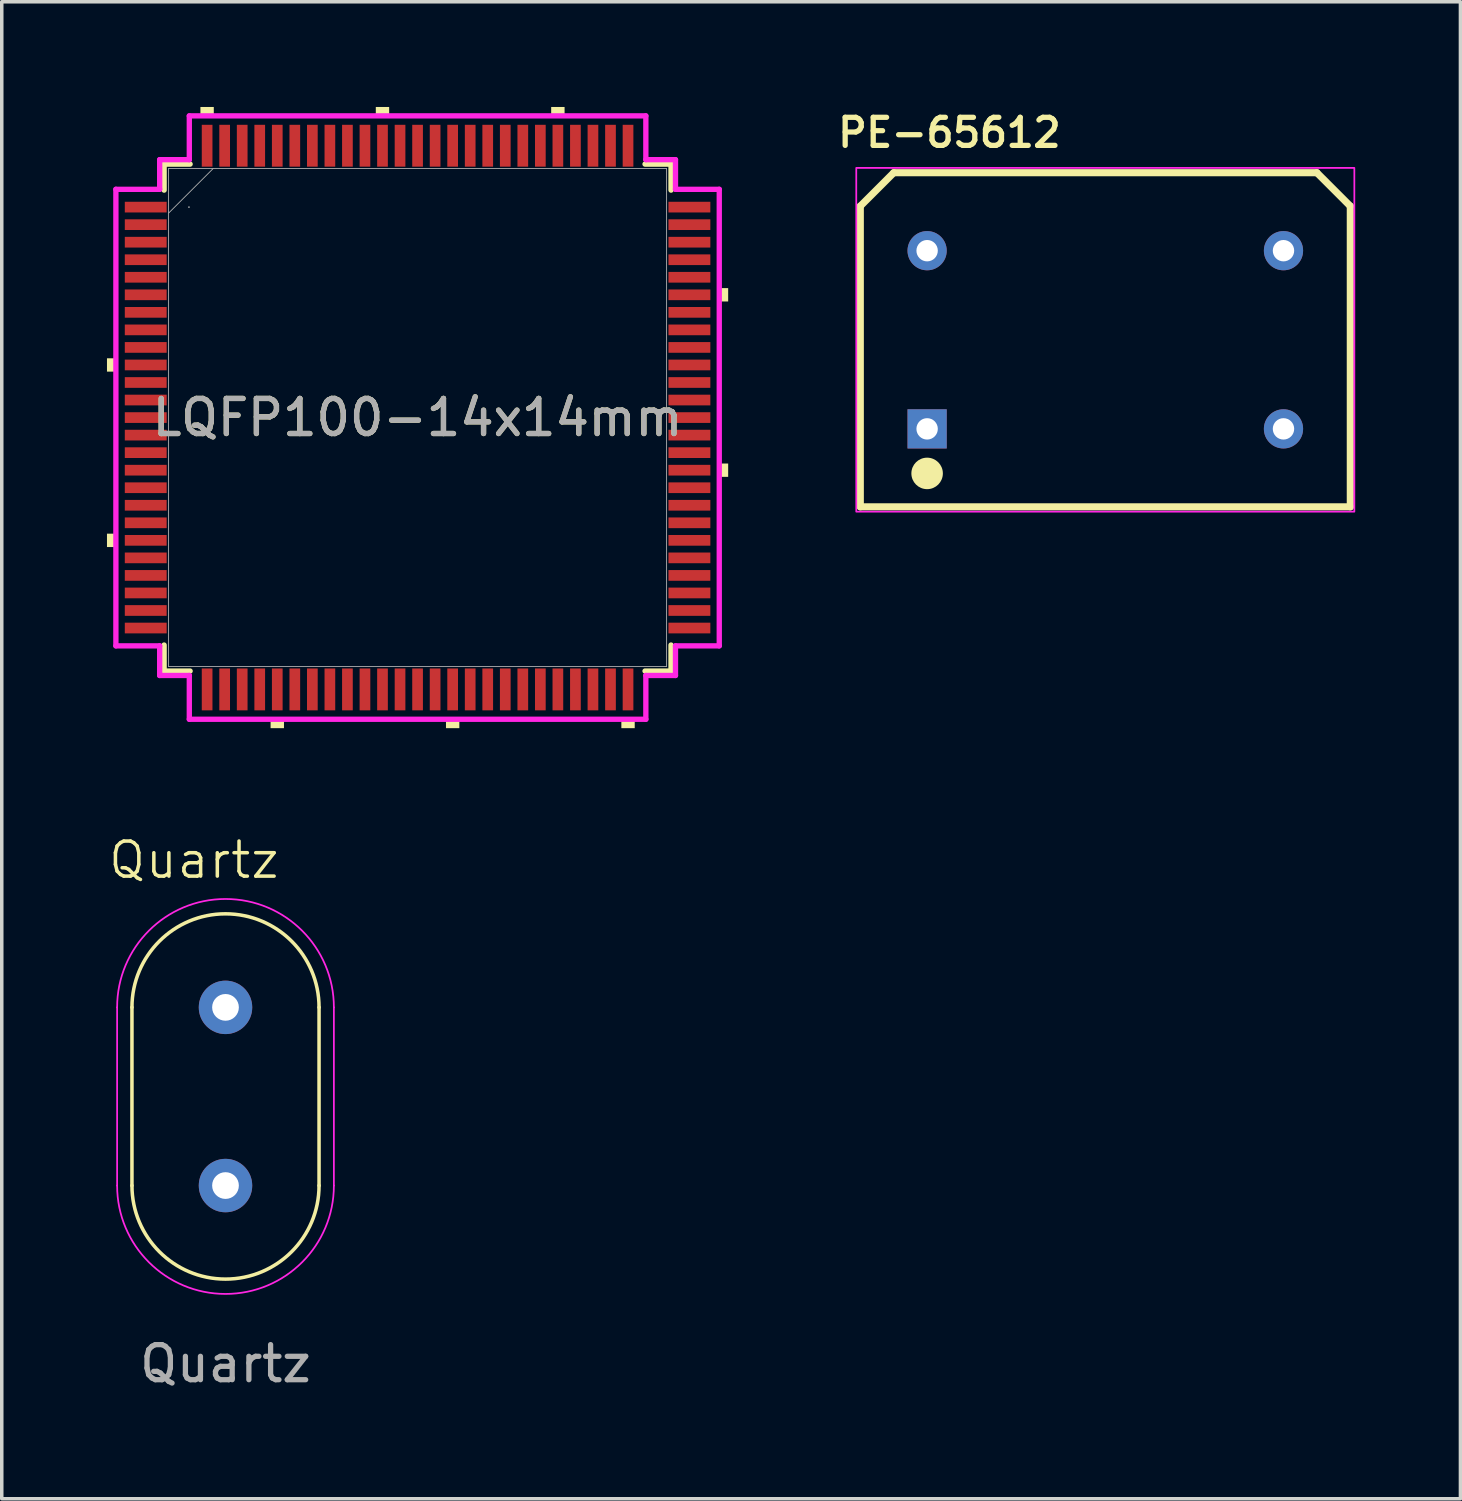
<source format=kicad_pcb>
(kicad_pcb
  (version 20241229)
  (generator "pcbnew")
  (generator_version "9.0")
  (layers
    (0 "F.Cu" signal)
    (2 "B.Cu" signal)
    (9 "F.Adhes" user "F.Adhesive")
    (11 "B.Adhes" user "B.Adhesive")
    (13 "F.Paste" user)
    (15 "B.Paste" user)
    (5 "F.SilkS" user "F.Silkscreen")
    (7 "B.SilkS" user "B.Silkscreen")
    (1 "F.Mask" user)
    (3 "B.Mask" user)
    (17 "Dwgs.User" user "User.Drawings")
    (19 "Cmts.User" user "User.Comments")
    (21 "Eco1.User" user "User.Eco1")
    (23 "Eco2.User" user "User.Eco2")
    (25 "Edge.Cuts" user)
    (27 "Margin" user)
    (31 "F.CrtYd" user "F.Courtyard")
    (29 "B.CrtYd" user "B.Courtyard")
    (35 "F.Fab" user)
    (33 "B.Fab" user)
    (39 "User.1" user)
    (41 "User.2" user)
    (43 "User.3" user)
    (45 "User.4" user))
  (footprint "PE-65612"
    (layer "F.Cu")
    (at 28.462 6.637)
    (property "Reference" "PE-65612" (at -4.445 -5.905 0) (layer "F.SilkS") (effects (font (size 0.8 0.8) (thickness 0.15))))
    (attr through_hole)
    (fp_line (start -6.985 -3.81) (end -6.032 -4.763) (stroke (width 0.203) (type solid)) (layer "F.SilkS"))
    (fp_line (start -6.985 4.763) (end -6.985 -3.81) (stroke (width 0.203) (type solid)) (layer "F.SilkS"))
    (fp_line (start -6.032 -4.763) (end 6.032 -4.763) (stroke (width 0.203) (type solid)) (layer "F.SilkS"))
    (fp_line (start 6.032 -4.763) (end 6.985 -3.81) (stroke (width 0.203) (type solid)) (layer "F.SilkS"))
    (fp_line (start 6.985 -3.81) (end 6.985 4.763) (stroke (width 0.203) (type solid)) (layer "F.SilkS"))
    (fp_line (start 6.985 4.763) (end -6.985 4.763) (stroke (width 0.203) (type solid)) (layer "F.SilkS"))
    (fp_circle (center -5.08 3.81) (end -4.631 3.81) (stroke (width 0) (type solid)) (fill yes) (layer "F.SilkS"))
    (fp_rect (start -7.1 -4.9) (end 7.1 4.9) (stroke (width 0.05) (type default)) (fill no) (layer "F.CrtYd"))
    (pad "1" thru_hole rect (at -5.08 2.54) (size 1.118 1.118) (drill 0.61) (layers "*.Cu" "*.Mask"))
    (pad "2" thru_hole circle (at -5.08 -2.54) (size 1.118 1.118) (drill 0.61) (layers "*.Cu" "*.Mask"))
    (pad "3" thru_hole circle (at 5.08 2.54) (size 1.118 1.118) (drill 0.61) (layers "*.Cu" "*.Mask"))
    (pad "4" thru_hole circle (at 5.08 -2.54) (size 1.118 1.118) (drill 0.61) (layers "*.Cu" "*.Mask")))
  (footprint "LQFP100-14x14mm"
    (layer "F.Cu")
    (at 8.855 8.855)
    (property "Reference" "LQFP100-14x14mm" (at 0 0 0) (unlocked yes) (layer "F.SilkS") (effects (font (size 1 1) (thickness 0.15))))
    (attr smd)
    (fp_line (start -7.226 -7.226) (end -7.226 -6.485) (stroke (width 0.152) (type solid)) (layer "F.SilkS"))
    (fp_line (start -7.226 6.485) (end -7.226 7.226) (stroke (width 0.152) (type solid)) (layer "F.SilkS"))
    (fp_line (start -7.226 7.226) (end -6.485 7.226) (stroke (width 0.152) (type solid)) (layer "F.SilkS"))
    (fp_line (start -6.485 -7.226) (end -7.226 -7.226) (stroke (width 0.152) (type solid)) (layer "F.SilkS"))
    (fp_line (start 6.485 7.226) (end 7.226 7.226) (stroke (width 0.152) (type solid)) (layer "F.SilkS"))
    (fp_line (start 7.226 -7.226) (end 6.485 -7.226) (stroke (width 0.152) (type solid)) (layer "F.SilkS"))
    (fp_line (start 7.226 -6.485) (end 7.226 -7.226) (stroke (width 0.152) (type solid)) (layer "F.SilkS"))
    (fp_line (start 7.226 7.226) (end 7.226 6.485) (stroke (width 0.152) (type solid)) (layer "F.SilkS"))
    (fp_poly (pts (xy -8.855 -1.69) (xy -8.855 -1.31) (xy -8.601 -1.31) (xy -8.601 -1.69)) (stroke (width 0) (type solid)) (fill yes) (layer "F.SilkS"))
    (fp_poly (pts (xy -8.855 3.31) (xy -8.855 3.691) (xy -8.601 3.691) (xy -8.601 3.31)) (stroke (width 0) (type solid)) (fill yes) (layer "F.SilkS"))
    (fp_poly (pts (xy -6.191 -8.601) (xy -6.191 -8.855) (xy -5.81 -8.855) (xy -5.81 -8.601)) (stroke (width 0) (type solid)) (fill yes) (layer "F.SilkS"))
    (fp_poly (pts (xy -4.191 8.601) (xy -4.191 8.855) (xy -3.809 8.855) (xy -3.809 8.601)) (stroke (width 0) (type solid)) (fill yes) (layer "F.SilkS"))
    (fp_poly (pts (xy -1.191 -8.601) (xy -1.191 -8.855) (xy -0.81 -8.855) (xy -0.81 -8.601)) (stroke (width 0) (type solid)) (fill yes) (layer "F.SilkS"))
    (fp_poly (pts (xy 0.81 8.601) (xy 0.81 8.855) (xy 1.191 8.855) (xy 1.191 8.601)) (stroke (width 0) (type solid)) (fill yes) (layer "F.SilkS"))
    (fp_poly (pts (xy 3.809 -8.601) (xy 3.809 -8.855) (xy 4.191 -8.855) (xy 4.191 -8.601)) (stroke (width 0) (type solid)) (fill yes) (layer "F.SilkS"))
    (fp_poly (pts (xy 5.81 8.601) (xy 5.81 8.855) (xy 6.191 8.855) (xy 6.191 8.601)) (stroke (width 0) (type solid)) (fill yes) (layer "F.SilkS"))
    (fp_poly (pts (xy 8.855 -3.691) (xy 8.855 -3.31) (xy 8.601 -3.31) (xy 8.601 -3.691)) (stroke (width 0) (type solid)) (fill yes) (layer "F.SilkS"))
    (fp_poly (pts (xy 8.855 1.31) (xy 8.855 1.69) (xy 8.601 1.69) (xy 8.601 1.31)) (stroke (width 0) (type solid)) (fill yes) (layer "F.SilkS"))
    (fp_line (start -8.601 -6.508) (end -7.353 -6.508) (stroke (width 0.152) (type solid)) (layer "F.CrtYd"))
    (fp_line (start -8.601 6.508) (end -8.601 -6.508) (stroke (width 0.152) (type solid)) (layer "F.CrtYd"))
    (fp_line (start -7.353 -7.353) (end -6.508 -7.353) (stroke (width 0.152) (type solid)) (layer "F.CrtYd"))
    (fp_line (start -7.353 -6.508) (end -7.353 -7.353) (stroke (width 0.152) (type solid)) (layer "F.CrtYd"))
    (fp_line (start -7.353 6.508) (end -8.601 6.508) (stroke (width 0.152) (type solid)) (layer "F.CrtYd"))
    (fp_line (start -7.353 7.353) (end -7.353 6.508) (stroke (width 0.152) (type solid)) (layer "F.CrtYd"))
    (fp_line (start -6.508 -8.601) (end 6.508 -8.601) (stroke (width 0.152) (type solid)) (layer "F.CrtYd"))
    (fp_line (start -6.508 -7.353) (end -6.508 -8.601) (stroke (width 0.152) (type solid)) (layer "F.CrtYd"))
    (fp_line (start -6.508 7.353) (end -7.353 7.353) (stroke (width 0.152) (type solid)) (layer "F.CrtYd"))
    (fp_line (start -6.508 8.601) (end -6.508 7.353) (stroke (width 0.152) (type solid)) (layer "F.CrtYd"))
    (fp_line (start 6.508 -8.601) (end 6.508 -7.353) (stroke (width 0.152) (type solid)) (layer "F.CrtYd"))
    (fp_line (start 6.508 -7.353) (end 7.353 -7.353) (stroke (width 0.152) (type solid)) (layer "F.CrtYd"))
    (fp_line (start 6.508 7.353) (end 6.508 8.601) (stroke (width 0.152) (type solid)) (layer "F.CrtYd"))
    (fp_line (start 6.508 8.601) (end -6.508 8.601) (stroke (width 0.152) (type solid)) (layer "F.CrtYd"))
    (fp_line (start 7.353 -7.353) (end 7.353 -6.508) (stroke (width 0.152) (type solid)) (layer "F.CrtYd"))
    (fp_line (start 7.353 -6.508) (end 8.601 -6.508) (stroke (width 0.152) (type solid)) (layer "F.CrtYd"))
    (fp_line (start 7.353 6.508) (end 7.353 7.353) (stroke (width 0.152) (type solid)) (layer "F.CrtYd"))
    (fp_line (start 7.353 7.353) (end 6.508 7.353) (stroke (width 0.152) (type solid)) (layer "F.CrtYd"))
    (fp_line (start 8.601 -6.508) (end 8.601 6.508) (stroke (width 0.152) (type solid)) (layer "F.CrtYd"))
    (fp_line (start 8.601 6.508) (end 7.353 6.508) (stroke (width 0.152) (type solid)) (layer "F.CrtYd"))
    (fp_line (start -7.099 -7.099) (end -7.099 7.099) (stroke (width 0.025) (type solid)) (layer "F.Fab"))
    (fp_line (start -7.099 -5.829) (end -5.829 -7.099) (stroke (width 0.025) (type solid)) (layer "F.Fab"))
    (fp_line (start -7.099 7.099) (end 7.099 7.099) (stroke (width 0.025) (type solid)) (layer "F.Fab"))
    (fp_line (start 7.099 -7.099) (end -7.099 -7.099) (stroke (width 0.025) (type solid)) (layer "F.Fab"))
    (fp_line (start 7.099 7.099) (end 7.099 -7.099) (stroke (width 0.025) (type solid)) (layer "F.Fab"))
    (fp_circle (center -6.518 -6) (end -6.518 -6) (stroke (width 0.025) (type solid)) (fill no) (layer "F.Fab"))
    (fp_text user "${REFERENCE}" (at 0 0 0) (unlocked yes) (layer "F.Fab") (effects (font (size 1 1) (thickness 0.15))))
    (pad "1" smd rect (at -7.75 -6) (size 1.194 0.305) (layers "F.Cu" "F.Mask" "F.Paste"))
    (pad "2" smd rect (at -7.75 -5.5) (size 1.194 0.305) (layers "F.Cu" "F.Mask" "F.Paste"))
    (pad "3" smd rect (at -7.75 -5) (size 1.194 0.305) (layers "F.Cu" "F.Mask" "F.Paste"))
    (pad "4" smd rect (at -7.75 -4.5) (size 1.194 0.305) (layers "F.Cu" "F.Mask" "F.Paste"))
    (pad "5" smd rect (at -7.75 -4) (size 1.194 0.305) (layers "F.Cu" "F.Mask" "F.Paste"))
    (pad "6" smd rect (at -7.75 -3.5) (size 1.194 0.305) (layers "F.Cu" "F.Mask" "F.Paste"))
    (pad "7" smd rect (at -7.75 -3) (size 1.194 0.305) (layers "F.Cu" "F.Mask" "F.Paste"))
    (pad "8" smd rect (at -7.75 -2.5) (size 1.194 0.305) (layers "F.Cu" "F.Mask" "F.Paste"))
    (pad "9" smd rect (at -7.75 -2) (size 1.194 0.305) (layers "F.Cu" "F.Mask" "F.Paste"))
    (pad "10" smd rect (at -7.75 -1.5) (size 1.194 0.305) (layers "F.Cu" "F.Mask" "F.Paste"))
    (pad "11" smd rect (at -7.75 -1) (size 1.194 0.305) (layers "F.Cu" "F.Mask" "F.Paste"))
    (pad "12" smd rect (at -7.75 -0.5) (size 1.194 0.305) (layers "F.Cu" "F.Mask" "F.Paste"))
    (pad "13" smd rect (at -7.75 0) (size 1.194 0.305) (layers "F.Cu" "F.Mask" "F.Paste"))
    (pad "14" smd rect (at -7.75 0.5) (size 1.194 0.305) (layers "F.Cu" "F.Mask" "F.Paste"))
    (pad "15" smd rect (at -7.75 1) (size 1.194 0.305) (layers "F.Cu" "F.Mask" "F.Paste"))
    (pad "16" smd rect (at -7.75 1.5) (size 1.194 0.305) (layers "F.Cu" "F.Mask" "F.Paste"))
    (pad "17" smd rect (at -7.75 2) (size 1.194 0.305) (layers "F.Cu" "F.Mask" "F.Paste"))
    (pad "18" smd rect (at -7.75 2.5) (size 1.194 0.305) (layers "F.Cu" "F.Mask" "F.Paste"))
    (pad "19" smd rect (at -7.75 3) (size 1.194 0.305) (layers "F.Cu" "F.Mask" "F.Paste"))
    (pad "20" smd rect (at -7.75 3.5) (size 1.194 0.305) (layers "F.Cu" "F.Mask" "F.Paste"))
    (pad "21" smd rect (at -7.75 4) (size 1.194 0.305) (layers "F.Cu" "F.Mask" "F.Paste"))
    (pad "22" smd rect (at -7.75 4.5) (size 1.194 0.305) (layers "F.Cu" "F.Mask" "F.Paste"))
    (pad "23" smd rect (at -7.75 5) (size 1.194 0.305) (layers "F.Cu" "F.Mask" "F.Paste"))
    (pad "24" smd rect (at -7.75 5.5) (size 1.194 0.305) (layers "F.Cu" "F.Mask" "F.Paste"))
    (pad "25" smd rect (at -7.75 6) (size 1.194 0.305) (layers "F.Cu" "F.Mask" "F.Paste"))
    (pad "26" smd rect (at -6 7.75 90) (size 1.194 0.305) (layers "F.Cu" "F.Mask" "F.Paste"))
    (pad "27" smd rect (at -5.5 7.75 90) (size 1.194 0.305) (layers "F.Cu" "F.Mask" "F.Paste"))
    (pad "28" smd rect (at -5 7.75 90) (size 1.194 0.305) (layers "F.Cu" "F.Mask" "F.Paste"))
    (pad "29" smd rect (at -4.5 7.75 90) (size 1.194 0.305) (layers "F.Cu" "F.Mask" "F.Paste"))
    (pad "30" smd rect (at -4 7.75 90) (size 1.194 0.305) (layers "F.Cu" "F.Mask" "F.Paste"))
    (pad "31" smd rect (at -3.5 7.75 90) (size 1.194 0.305) (layers "F.Cu" "F.Mask" "F.Paste"))
    (pad "32" smd rect (at -3 7.75 90) (size 1.194 0.305) (layers "F.Cu" "F.Mask" "F.Paste"))
    (pad "33" smd rect (at -2.5 7.75 90) (size 1.194 0.305) (layers "F.Cu" "F.Mask" "F.Paste"))
    (pad "34" smd rect (at -2 7.75 90) (size 1.194 0.305) (layers "F.Cu" "F.Mask" "F.Paste"))
    (pad "35" smd rect (at -1.5 7.75 90) (size 1.194 0.305) (layers "F.Cu" "F.Mask" "F.Paste"))
    (pad "36" smd rect (at -1 7.75 90) (size 1.194 0.305) (layers "F.Cu" "F.Mask" "F.Paste"))
    (pad "37" smd rect (at -0.5 7.75 90) (size 1.194 0.305) (layers "F.Cu" "F.Mask" "F.Paste"))
    (pad "38" smd rect (at 0 7.75 90) (size 1.194 0.305) (layers "F.Cu" "F.Mask" "F.Paste"))
    (pad "39" smd rect (at 0.5 7.75 90) (size 1.194 0.305) (layers "F.Cu" "F.Mask" "F.Paste"))
    (pad "40" smd rect (at 1 7.75 90) (size 1.194 0.305) (layers "F.Cu" "F.Mask" "F.Paste"))
    (pad "41" smd rect (at 1.5 7.75 90) (size 1.194 0.305) (layers "F.Cu" "F.Mask" "F.Paste"))
    (pad "42" smd rect (at 2 7.75 90) (size 1.194 0.305) (layers "F.Cu" "F.Mask" "F.Paste"))
    (pad "43" smd rect (at 2.5 7.75 90) (size 1.194 0.305) (layers "F.Cu" "F.Mask" "F.Paste"))
    (pad "44" smd rect (at 3 7.75 90) (size 1.194 0.305) (layers "F.Cu" "F.Mask" "F.Paste"))
    (pad "45" smd rect (at 3.5 7.75 90) (size 1.194 0.305) (layers "F.Cu" "F.Mask" "F.Paste"))
    (pad "46" smd rect (at 4 7.75 90) (size 1.194 0.305) (layers "F.Cu" "F.Mask" "F.Paste"))
    (pad "47" smd rect (at 4.5 7.75 90) (size 1.194 0.305) (layers "F.Cu" "F.Mask" "F.Paste"))
    (pad "48" smd rect (at 5 7.75 90) (size 1.194 0.305) (layers "F.Cu" "F.Mask" "F.Paste"))
    (pad "49" smd rect (at 5.5 7.75 90) (size 1.194 0.305) (layers "F.Cu" "F.Mask" "F.Paste"))
    (pad "50" smd rect (at 6 7.75 90) (size 1.194 0.305) (layers "F.Cu" "F.Mask" "F.Paste"))
    (pad "51" smd rect (at 7.75 6) (size 1.194 0.305) (layers "F.Cu" "F.Mask" "F.Paste"))
    (pad "52" smd rect (at 7.75 5.5) (size 1.194 0.305) (layers "F.Cu" "F.Mask" "F.Paste"))
    (pad "53" smd rect (at 7.75 5) (size 1.194 0.305) (layers "F.Cu" "F.Mask" "F.Paste"))
    (pad "54" smd rect (at 7.75 4.5) (size 1.194 0.305) (layers "F.Cu" "F.Mask" "F.Paste"))
    (pad "55" smd rect (at 7.75 4) (size 1.194 0.305) (layers "F.Cu" "F.Mask" "F.Paste"))
    (pad "56" smd rect (at 7.75 3.5) (size 1.194 0.305) (layers "F.Cu" "F.Mask" "F.Paste"))
    (pad "57" smd rect (at 7.75 3) (size 1.194 0.305) (layers "F.Cu" "F.Mask" "F.Paste"))
    (pad "58" smd rect (at 7.75 2.5) (size 1.194 0.305) (layers "F.Cu" "F.Mask" "F.Paste"))
    (pad "59" smd rect (at 7.75 2) (size 1.194 0.305) (layers "F.Cu" "F.Mask" "F.Paste"))
    (pad "60" smd rect (at 7.75 1.5) (size 1.194 0.305) (layers "F.Cu" "F.Mask" "F.Paste"))
    (pad "61" smd rect (at 7.75 1) (size 1.194 0.305) (layers "F.Cu" "F.Mask" "F.Paste"))
    (pad "62" smd rect (at 7.75 0.5) (size 1.194 0.305) (layers "F.Cu" "F.Mask" "F.Paste"))
    (pad "63" smd rect (at 7.75 0) (size 1.194 0.305) (layers "F.Cu" "F.Mask" "F.Paste"))
    (pad "64" smd rect (at 7.75 -0.5) (size 1.194 0.305) (layers "F.Cu" "F.Mask" "F.Paste"))
    (pad "65" smd rect (at 7.75 -1) (size 1.194 0.305) (layers "F.Cu" "F.Mask" "F.Paste"))
    (pad "66" smd rect (at 7.75 -1.5) (size 1.194 0.305) (layers "F.Cu" "F.Mask" "F.Paste"))
    (pad "67" smd rect (at 7.75 -2) (size 1.194 0.305) (layers "F.Cu" "F.Mask" "F.Paste"))
    (pad "68" smd rect (at 7.75 -2.5) (size 1.194 0.305) (layers "F.Cu" "F.Mask" "F.Paste"))
    (pad "69" smd rect (at 7.75 -3) (size 1.194 0.305) (layers "F.Cu" "F.Mask" "F.Paste"))
    (pad "70" smd rect (at 7.75 -3.5) (size 1.194 0.305) (layers "F.Cu" "F.Mask" "F.Paste"))
    (pad "71" smd rect (at 7.75 -4) (size 1.194 0.305) (layers "F.Cu" "F.Mask" "F.Paste"))
    (pad "72" smd rect (at 7.75 -4.5) (size 1.194 0.305) (layers "F.Cu" "F.Mask" "F.Paste"))
    (pad "73" smd rect (at 7.75 -5) (size 1.194 0.305) (layers "F.Cu" "F.Mask" "F.Paste"))
    (pad "74" smd rect (at 7.75 -5.5) (size 1.194 0.305) (layers "F.Cu" "F.Mask" "F.Paste"))
    (pad "75" smd rect (at 7.75 -6) (size 1.194 0.305) (layers "F.Cu" "F.Mask" "F.Paste"))
    (pad "76" smd rect (at 6 -7.75 90) (size 1.194 0.305) (layers "F.Cu" "F.Mask" "F.Paste"))
    (pad "77" smd rect (at 5.5 -7.75 90) (size 1.194 0.305) (layers "F.Cu" "F.Mask" "F.Paste"))
    (pad "78" smd rect (at 5 -7.75 90) (size 1.194 0.305) (layers "F.Cu" "F.Mask" "F.Paste"))
    (pad "79" smd rect (at 4.5 -7.75 90) (size 1.194 0.305) (layers "F.Cu" "F.Mask" "F.Paste"))
    (pad "80" smd rect (at 4 -7.75 90) (size 1.194 0.305) (layers "F.Cu" "F.Mask" "F.Paste"))
    (pad "81" smd rect (at 3.5 -7.75 90) (size 1.194 0.305) (layers "F.Cu" "F.Mask" "F.Paste"))
    (pad "82" smd rect (at 3 -7.75 90) (size 1.194 0.305) (layers "F.Cu" "F.Mask" "F.Paste"))
    (pad "83" smd rect (at 2.5 -7.75 90) (size 1.194 0.305) (layers "F.Cu" "F.Mask" "F.Paste"))
    (pad "84" smd rect (at 2 -7.75 90) (size 1.194 0.305) (layers "F.Cu" "F.Mask" "F.Paste"))
    (pad "85" smd rect (at 1.5 -7.75 90) (size 1.194 0.305) (layers "F.Cu" "F.Mask" "F.Paste"))
    (pad "86" smd rect (at 1 -7.75 90) (size 1.194 0.305) (layers "F.Cu" "F.Mask" "F.Paste"))
    (pad "87" smd rect (at 0.5 -7.75 90) (size 1.194 0.305) (layers "F.Cu" "F.Mask" "F.Paste"))
    (pad "88" smd rect (at 0 -7.75 90) (size 1.194 0.305) (layers "F.Cu" "F.Mask" "F.Paste"))
    (pad "89" smd rect (at -0.5 -7.75 90) (size 1.194 0.305) (layers "F.Cu" "F.Mask" "F.Paste"))
    (pad "90" smd rect (at -1 -7.75 90) (size 1.194 0.305) (layers "F.Cu" "F.Mask" "F.Paste"))
    (pad "91" smd rect (at -1.5 -7.75 90) (size 1.194 0.305) (layers "F.Cu" "F.Mask" "F.Paste"))
    (pad "92" smd rect (at -2 -7.75 90) (size 1.194 0.305) (layers "F.Cu" "F.Mask" "F.Paste"))
    (pad "93" smd rect (at -2.5 -7.75 90) (size 1.194 0.305) (layers "F.Cu" "F.Mask" "F.Paste"))
    (pad "94" smd rect (at -3 -7.75 90) (size 1.194 0.305) (layers "F.Cu" "F.Mask" "F.Paste"))
    (pad "95" smd rect (at -3.5 -7.75 90) (size 1.194 0.305) (layers "F.Cu" "F.Mask" "F.Paste"))
    (pad "96" smd rect (at -4 -7.75 90) (size 1.194 0.305) (layers "F.Cu" "F.Mask" "F.Paste"))
    (pad "97" smd rect (at -4.5 -7.75 90) (size 1.194 0.305) (layers "F.Cu" "F.Mask" "F.Paste"))
    (pad "98" smd rect (at -5 -7.75 90) (size 1.194 0.305) (layers "F.Cu" "F.Mask" "F.Paste"))
    (pad "99" smd rect (at -5.5 -7.75 90) (size 1.194 0.305) (layers "F.Cu" "F.Mask" "F.Paste"))
    (pad "100" smd rect (at -6 -7.75 90) (size 1.194 0.305) (layers "F.Cu" "F.Mask" "F.Paste")))
  (footprint "Quartz"
    (layer "F.Cu")
    (at 3.379 25.67)
    (property "Reference" "Quartz" (at -0.9 -4.2 0) (unlocked yes) (layer "F.SilkS") (effects (font (size 1 1) (thickness 0.1))))
    (attr through_hole)
    (fp_line (start -2.667 0) (end -2.667 5.08) (stroke (width 0.1) (type default)) (layer "F.SilkS"))
    (fp_line (start 2.667 0) (end 2.667 5.08) (stroke (width 0.1) (type default)) (layer "F.SilkS"))
    (fp_arc (start -2.667 0) (mid 0 -2.667) (end 2.667 0) (stroke (width 0.1) (type default)) (layer "F.SilkS"))
    (fp_arc (start 2.667 5.08) (mid 0 7.747) (end -2.667 5.08) (stroke (width 0.1) (type default)) (layer "F.SilkS"))
    (fp_line (start -3.09 0) (end -3.09 5.08) (stroke (width 0.05) (type default)) (layer "F.CrtYd"))
    (fp_line (start 3.09 0) (end 3.09 5.08) (stroke (width 0.05) (type default)) (layer "F.CrtYd"))
    (fp_arc (start -3.090043 0) (mid 0 -3.090043) (end 3.090043 0) (stroke (width 0.05) (type default)) (layer "F.CrtYd"))
    (fp_arc (start 3.090043 5.08) (mid 0 8.170043) (end -3.090043 5.08) (stroke (width 0.05) (type default)) (layer "F.CrtYd"))
    (fp_text user "${REFERENCE}" (at 0 10.16 0) (unlocked yes) (layer "F.Fab") (effects (font (size 1 1) (thickness 0.15))))
    (pad "1" thru_hole circle (at 0 0) (size 1.524 1.524) (drill 0.762) (layers "*.Cu" "*.Mask"))
    (pad "2" thru_hole circle (at 0 5.08) (size 1.524 1.524) (drill 0.762) (layers "*.Cu" "*.Mask")))
  (gr_rect
    (start -3 -3)
    (end 38.587 39.679)
    (stroke (width 0.1) (type default))
    (fill no)
    (layer "Edge.Cuts")))
</source>
